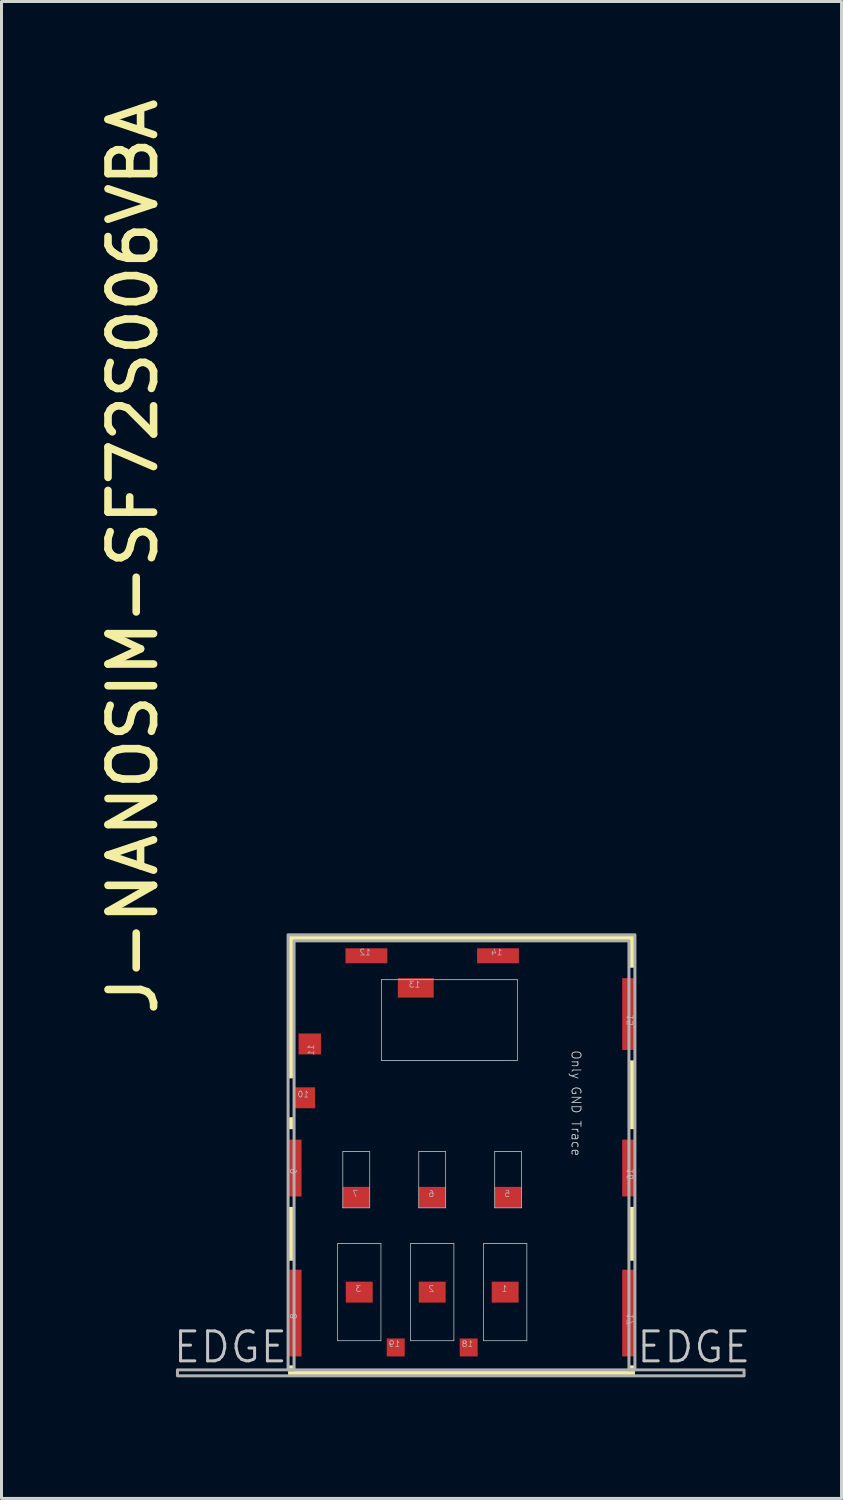
<source format=kicad_pcb>
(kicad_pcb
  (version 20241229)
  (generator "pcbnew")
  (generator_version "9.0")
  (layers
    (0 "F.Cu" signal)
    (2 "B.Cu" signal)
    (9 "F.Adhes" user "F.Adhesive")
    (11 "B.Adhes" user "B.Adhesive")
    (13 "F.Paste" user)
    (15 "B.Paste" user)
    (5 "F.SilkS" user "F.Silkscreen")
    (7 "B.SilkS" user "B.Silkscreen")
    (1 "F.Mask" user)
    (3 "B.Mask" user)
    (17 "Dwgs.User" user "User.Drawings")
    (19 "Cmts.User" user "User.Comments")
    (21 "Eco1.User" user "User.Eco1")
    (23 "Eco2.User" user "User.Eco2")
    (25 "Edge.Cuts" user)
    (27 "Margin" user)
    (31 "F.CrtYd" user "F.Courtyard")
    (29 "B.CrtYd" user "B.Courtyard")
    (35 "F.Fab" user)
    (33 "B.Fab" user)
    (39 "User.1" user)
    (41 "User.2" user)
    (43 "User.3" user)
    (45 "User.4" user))
  (footprint "J-NANOSIM-SF72S006VBA"
    (layer "F.Cu")
    (at 12.385 36.115)
    (property "Reference" "J-NANOSIM-SF72S006VBA" (at -10.099 -5.106 90) (unlocked yes) (layer "F.SilkS") (effects (font (size 1.524 1.524) (thickness 0.254)) (justify left bottom)))
    (fp_poly (pts (xy -5.8 -1.8) (xy -5.8 -1.4) (xy -5.6 -1.4) (xy -5.6 -1.8)) (stroke (width 0) (type default)) (fill yes) (layer "F.SilkS"))
    (fp_poly (pts (xy -5.8 3) (xy -5.8 1.2) (xy -5.6 1.2) (xy -5.6 3)) (stroke (width 0) (type default)) (fill yes) (layer "F.SilkS"))
    (fp_poly (pts (xy 5.6 -1.4) (xy 5.6 -3.7) (xy 5.8 -3.7) (xy 5.8 -1.4)) (stroke (width 0) (type default)) (fill yes) (layer "F.SilkS"))
    (fp_poly (pts (xy 5.6 3) (xy 5.6 1.2) (xy 5.8 1.2) (xy 5.8 3)) (stroke (width 0) (type default)) (fill yes) (layer "F.SilkS"))
    (fp_poly (pts (xy -5.8 -3.1) (xy -5.8 -7.9) (xy 5.8 -7.9) (xy 5.8 -6.8) (xy 5.6 -6.8) (xy 5.6 -7.7) (xy -5.6 -7.7) (xy -5.6 -3.1)) (stroke (width 0) (type default)) (fill yes) (layer "F.SilkS"))
    (fp_poly (pts (xy -5.8 6.85) (xy -5.8 6.5) (xy -5.6 6.5) (xy -5.6 6.65) (xy 5.6 6.65) (xy 5.6 6.5) (xy 5.8 6.5) (xy 5.8 6.85)) (stroke (width 0) (type default)) (fill yes) (layer "F.SilkS"))
    (fp_line (start -4.145 2.425) (end -4.145 5.675) (stroke (width 0.025) (type solid)) (layer "Dwgs.User"))
    (fp_line (start -3.97 -0.65) (end -3.97 1.23) (stroke (width 0.025) (type solid)) (layer "Dwgs.User"))
    (fp_line (start -3.07 -0.65) (end -3.97 -0.65) (stroke (width 0.025) (type solid)) (layer "Dwgs.User"))
    (fp_line (start -3.07 -0.65) (end -3.07 1.23) (stroke (width 0.025) (type solid)) (layer "Dwgs.User"))
    (fp_line (start -3.07 1.23) (end -3.97 1.23) (stroke (width 0.025) (type solid)) (layer "Dwgs.User"))
    (fp_line (start -2.695 2.425) (end -4.145 2.425) (stroke (width 0.025) (type solid)) (layer "Dwgs.User"))
    (fp_line (start -2.695 2.425) (end -2.695 5.675) (stroke (width 0.025) (type solid)) (layer "Dwgs.User"))
    (fp_line (start -2.695 5.675) (end -4.145 5.675) (stroke (width 0.025) (type solid)) (layer "Dwgs.User"))
    (fp_line (start -2.68 -6.4) (end -2.68 -3.7) (stroke (width 0.025) (type solid)) (layer "Dwgs.User"))
    (fp_line (start -1.705 2.425) (end -1.705 5.675) (stroke (width 0.025) (type solid)) (layer "Dwgs.User"))
    (fp_line (start -1.43 -0.65) (end -1.43 1.23) (stroke (width 0.025) (type solid)) (layer "Dwgs.User"))
    (fp_line (start -0.53 -0.65) (end -1.43 -0.65) (stroke (width 0.025) (type solid)) (layer "Dwgs.User"))
    (fp_line (start -0.53 -0.65) (end -0.53 1.23) (stroke (width 0.025) (type solid)) (layer "Dwgs.User"))
    (fp_line (start -0.53 1.23) (end -1.43 1.23) (stroke (width 0.025) (type solid)) (layer "Dwgs.User"))
    (fp_line (start -0.255 2.425) (end -1.705 2.425) (stroke (width 0.025) (type solid)) (layer "Dwgs.User"))
    (fp_line (start -0.255 2.425) (end -0.255 5.675) (stroke (width 0.025) (type solid)) (layer "Dwgs.User"))
    (fp_line (start -0.255 5.675) (end -1.705 5.675) (stroke (width 0.025) (type solid)) (layer "Dwgs.User"))
    (fp_line (start 0.735 2.425) (end 0.735 5.675) (stroke (width 0.025) (type solid)) (layer "Dwgs.User"))
    (fp_line (start 1.11 -0.65) (end 1.11 1.23) (stroke (width 0.025) (type solid)) (layer "Dwgs.User"))
    (fp_line (start 1.87 -6.4) (end -2.68 -6.4) (stroke (width 0.025) (type solid)) (layer "Dwgs.User"))
    (fp_line (start 1.87 -6.4) (end 1.87 -3.7) (stroke (width 0.025) (type solid)) (layer "Dwgs.User"))
    (fp_line (start 1.87 -3.7) (end -2.68 -3.7) (stroke (width 0.025) (type solid)) (layer "Dwgs.User"))
    (fp_line (start 2.01 -0.65) (end 1.11 -0.65) (stroke (width 0.025) (type solid)) (layer "Dwgs.User"))
    (fp_line (start 2.01 -0.65) (end 2.01 1.23) (stroke (width 0.025) (type solid)) (layer "Dwgs.User"))
    (fp_line (start 2.01 1.23) (end 1.11 1.23) (stroke (width 0.025) (type solid)) (layer "Dwgs.User"))
    (fp_line (start 2.185 2.425) (end 0.735 2.425) (stroke (width 0.025) (type solid)) (layer "Dwgs.User"))
    (fp_line (start 2.185 2.425) (end 2.185 5.675) (stroke (width 0.025) (type solid)) (layer "Dwgs.User"))
    (fp_line (start 2.185 5.675) (end 0.735 5.675) (stroke (width 0.025) (type solid)) (layer "Dwgs.User"))
    (fp_poly (pts (xy -9.5 6.65) (xy 9.45 6.65) (xy 9.45 6.85) (xy -9.5 6.85)) (stroke (width 0.1) (type solid)) (fill no) (layer "F.Fab"))
    (fp_poly (pts (xy -5.8 -7.9) (xy -5.8 6.65) (xy -5.6 6.65) (xy -5.6 -7.7) (xy 5.6 -7.7) (xy 5.6 6.65) (xy 5.8 6.65) (xy 5.8 -7.9)) (stroke (width 0.1) (type solid)) (fill no) (layer "F.Fab"))
    (fp_poly (pts (xy 5.8 -7.9) (xy 5.8 7.9) (xy -5.8 7.9) (xy -5.8 -7.9)) (stroke (width 0.1) (type default)) (fill no) (layer "User.8"))
    (fp_text user "17" (at 5.76 4.75 90) (unlocked yes) (layer "Dwgs.User") (effects (font (size 0.2 0.2) (thickness 0.02)) (justify left bottom mirror)))
    (fp_text user "13" (at -1.37 -6.125 0) (unlocked yes) (layer "Dwgs.User") (effects (font (size 0.2 0.2) (thickness 0.02)) (justify left bottom mirror)))
    (fp_text user "1" (at 1.54 4.05 0) (unlocked yes) (layer "Dwgs.User") (effects (font (size 0.2 0.2) (thickness 0.02)) (justify left bottom mirror)))
    (fp_text user "7" (at -3.44 0.88 0) (unlocked yes) (layer "Dwgs.User") (effects (font (size 0.2 0.2) (thickness 0.02)) (justify left bottom mirror)))
    (fp_text user "EDGE" (at 5.8 6.475 0) (unlocked yes) (layer "Dwgs.User") (effects (font (size 1 1) (thickness 0.1)) (justify left bottom)))
    (fp_text user "19" (at -2.04 5.9 0) (unlocked yes) (layer "Dwgs.User") (effects (font (size 0.2 0.2) (thickness 0.02)) (justify left bottom mirror)))
    (fp_text user "3" (at -3.34 4.05 0) (unlocked yes) (layer "Dwgs.User") (effects (font (size 0.2 0.2) (thickness 0.02)) (justify left bottom mirror)))
    (fp_text user "EDGE" (at -9.7 6.475 0) (unlocked yes) (layer "Dwgs.User") (effects (font (size 1 1) (thickness 0.1)) (justify left bottom)))
    (fp_text user "14" (at 1.38 -7.2 0) (unlocked yes) (layer "Dwgs.User") (effects (font (size 0.2 0.2) (thickness 0.02)) (justify left bottom mirror)))
    (fp_text user "Only GND Trace" (at 3.657 -4.057 270) (unlocked yes) (layer "Dwgs.User") (effects (font (size 0.3 0.3) (thickness 0.03)) (justify left bottom)))
    (fp_text user "8" (at -5.495 4.75 90) (unlocked yes) (layer "Dwgs.User") (effects (font (size 0.2 0.2) (thickness 0.02)) (justify left bottom mirror)))
    (fp_text user "11" (at -4.915 -4.25 90) (unlocked yes) (layer "Dwgs.User") (effects (font (size 0.2 0.2) (thickness 0.02)) (justify left bottom mirror)))
    (fp_text user "15" (at 5.76 -5.25 90) (unlocked yes) (layer "Dwgs.User") (effects (font (size 0.2 0.2) (thickness 0.02)) (justify left bottom mirror)))
    (fp_text user "5" (at 1.64 0.88 0) (unlocked yes) (layer "Dwgs.User") (effects (font (size 0.2 0.2) (thickness 0.02)) (justify left bottom mirror)))
    (fp_text user "12" (at -3.02 -7.2 0) (unlocked yes) (layer "Dwgs.User") (effects (font (size 0.2 0.2) (thickness 0.02)) (justify left bottom mirror)))
    (fp_text user "18" (at 0.4 5.9 0) (unlocked yes) (layer "Dwgs.User") (effects (font (size 0.2 0.2) (thickness 0.02)) (justify left bottom mirror)))
    (fp_text user "9" (at -5.495 -0.1 90) (unlocked yes) (layer "Dwgs.User") (effects (font (size 0.2 0.2) (thickness 0.02)) (justify left bottom mirror)))
    (fp_text user "10" (at -5.09 -2.45 0) (unlocked yes) (layer "Dwgs.User") (effects (font (size 0.2 0.2) (thickness 0.02)) (justify left bottom mirror)))
    (fp_text user "16" (at 5.76 -0.1 90) (unlocked yes) (layer "Dwgs.User") (effects (font (size 0.2 0.2) (thickness 0.02)) (justify left bottom mirror)))
    (fp_text user "2" (at -0.9 4.05 0) (unlocked yes) (layer "Dwgs.User") (effects (font (size 0.2 0.2) (thickness 0.02)) (justify left bottom mirror)))
    (fp_text user "6" (at -0.9 0.88 0) (unlocked yes) (layer "Dwgs.User") (effects (font (size 0.2 0.2) (thickness 0.02)) (justify left bottom mirror)))
    (pad "C1" smd rect (at 1.46 4.05 180) (size 0.9 0.7) (layers "F.Cu" "F.Mask" "F.Paste"))
    (pad "C2" smd rect (at -0.98 4.05 180) (size 0.9 0.7) (layers "F.Cu" "F.Mask" "F.Paste"))
    (pad "C3" smd rect (at -3.42 4.05 180) (size 0.9 0.7) (layers "F.Cu" "F.Mask" "F.Paste"))
    (pad "C5" smd rect (at 1.56 0.88 180) (size 0.9 0.7) (layers "F.Cu" "F.Mask" "F.Paste"))
    (pad "C6" smd rect (at -0.98 0.88 180) (size 0.9 0.7) (layers "F.Cu" "F.Mask" "F.Paste"))
    (pad "C7" smd rect (at -3.52 0.88 180) (size 0.9 0.7) (layers "F.Cu" "F.Mask" "F.Paste"))
    (pad "CSW" smd rect (at -5.25 -2.45 180) (size 0.7 0.7) (layers "F.Cu" "F.Mask" "F.Paste"))
    (pad "DSW" smd rect (at -1.53 -6.125 180) (size 1.2 0.65) (layers "F.Cu" "F.Mask" "F.Paste"))
    (pad "SH" smd rect (at -5.575 -0.1 180) (size 0.45 1.9) (layers "F.Cu" "F.Mask" "F.Paste"))
    (pad "SH" smd rect (at -5.575 4.75 180) (size 0.45 2.9) (layers "F.Cu" "F.Mask" "F.Paste"))
    (pad "SH" smd rect (at -5.075 -4.25 180) (size 0.75 0.7) (layers "F.Cu" "F.Mask" "F.Paste"))
    (pad "SH" smd rect (at -3.18 -7.2 180) (size 1.4 0.5) (layers "F.Cu" "F.Mask" "F.Paste"))
    (pad "SH" smd rect (at -2.2 5.9 180) (size 0.6 0.6) (layers "F.Cu" "F.Mask" "F.Paste"))
    (pad "SH" smd rect (at 0.24 5.9 180) (size 0.6 0.6) (layers "F.Cu" "F.Mask" "F.Paste"))
    (pad "SH" smd rect (at 1.22 -7.2 180) (size 1.4 0.5) (layers "F.Cu" "F.Mask" "F.Paste"))
    (pad "SH" smd rect (at 5.6 -5.25 180) (size 0.45 2.4) (layers "F.Cu" "F.Mask" "F.Paste"))
    (pad "SH" smd rect (at 5.6 -0.1 180) (size 0.45 1.9) (layers "F.Cu" "F.Mask" "F.Paste"))
    (pad "SH" smd rect (at 5.6 4.75 180) (size 0.45 2.9) (layers "F.Cu" "F.Mask" "F.Paste"))
    (zone (net_name "") (layer "Eco1.User") (hatch edge 0.5) (connect_pads) (min_thickness 0.25) (filled_areas_thickness no) (keepout (tracks not_allowed) (vias not_allowed) (pads not_allowed) (copperpour not_allowed) (footprints allowed)) (placement (enabled no)) (fill) (polygon (pts (xy 17.985 42.765) (xy 6.785 42.765) (xy 6.785 28.415) (xy 17.985 28.415)))))
  (gr_rect
    (start -3 -3)
    (end 25.095 47.065)
    (stroke (width 0.1) (type default))
    (fill no)
    (layer "Edge.Cuts")))
</source>
